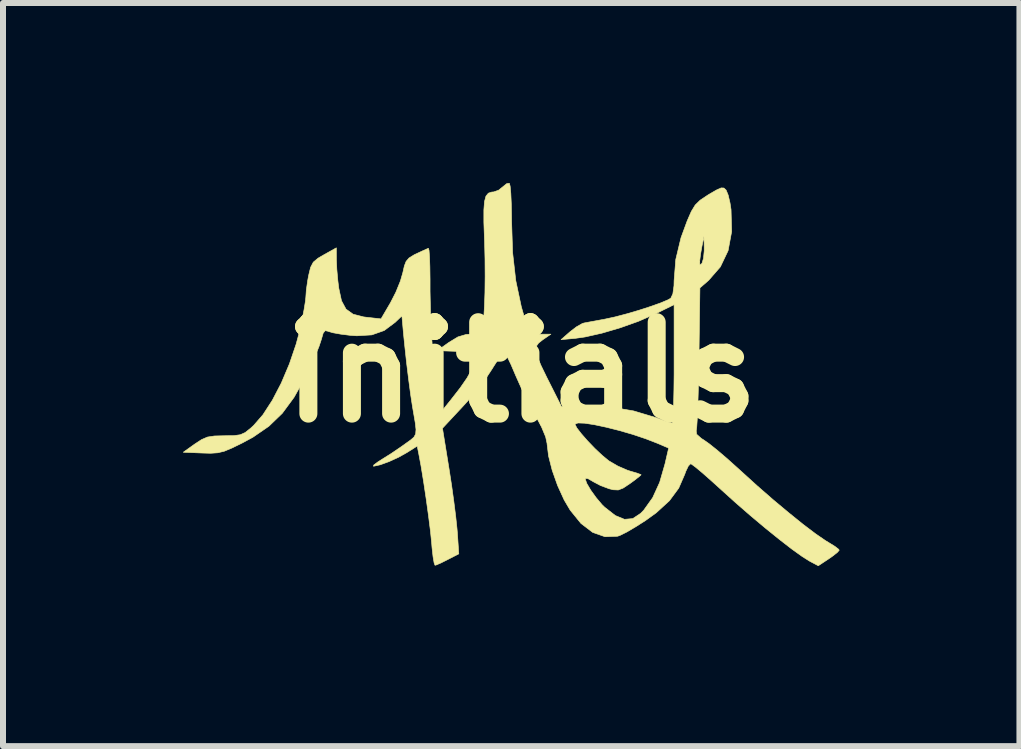
<source format=kicad_pcb>
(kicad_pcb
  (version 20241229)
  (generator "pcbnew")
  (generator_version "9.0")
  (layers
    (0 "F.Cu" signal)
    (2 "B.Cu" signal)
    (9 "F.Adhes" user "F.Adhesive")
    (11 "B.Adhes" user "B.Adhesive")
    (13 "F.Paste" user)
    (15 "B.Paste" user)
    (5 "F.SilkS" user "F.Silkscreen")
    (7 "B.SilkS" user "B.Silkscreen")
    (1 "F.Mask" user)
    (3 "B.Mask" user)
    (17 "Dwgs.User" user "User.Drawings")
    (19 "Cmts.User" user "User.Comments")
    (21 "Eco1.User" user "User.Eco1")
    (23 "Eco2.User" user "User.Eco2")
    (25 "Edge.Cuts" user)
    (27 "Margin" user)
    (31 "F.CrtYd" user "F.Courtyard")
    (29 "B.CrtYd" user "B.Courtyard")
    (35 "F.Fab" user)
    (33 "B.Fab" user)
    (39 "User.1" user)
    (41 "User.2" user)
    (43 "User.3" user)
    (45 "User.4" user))
  (footprint "initials"
    (layer "F.Cu")
    (at 5.646 3.155)
    (property "Reference" "initials" (at 0 0 0) (layer "F.SilkS") (effects (font (size 1.524 1.524) (thickness 0.3))))
    (attr through_hole)
    (fp_poly (pts (xy -0.193 -3.102) (xy -0.182 -2.985) (xy -0.174 -2.815) (xy -0.17 -2.607) (xy -0.169 -2.522) (xy -0.152 -1.996) (xy -0.099 -1.527) (xy -0.007 -1.093) (xy 0.043 -0.919) (xy 0.13 -0.635) (xy 0.486 -0.635) (xy 0.348 -0.54) (xy 0.281 -0.487) (xy 0.242 -0.432) (xy 0.235 -0.361) (xy 0.26 -0.26) (xy 0.32 -0.116) (xy 0.417 0.084) (xy 0.46 0.169) (xy 0.663 0.572) (xy 1.019 0.558) (xy 1.437 0.573) (xy 1.864 0.644) (xy 2.244 0.758) (xy 2.374 0.806) (xy 2.472 0.838) (xy 2.508 0.847) (xy 2.517 0.806) (xy 2.525 0.693) (xy 2.532 0.518) (xy 2.537 0.295) (xy 2.54 0.033) (xy 2.54 -0.14) (xy 2.54 -1.127) (xy 2.212 -0.966) (xy 1.944 -0.849) (xy 1.643 -0.742) (xy 1.337 -0.652) (xy 1.057 -0.589) (xy 0.889 -0.565) (xy 0.656 -0.544) (xy 0.804 -0.674) (xy 0.912 -0.757) (xy 1.009 -0.812) (xy 1.037 -0.821) (xy 1.122 -0.837) (xy 1.259 -0.862) (xy 1.397 -0.888) (xy 1.558 -0.923) (xy 1.751 -0.974) (xy 1.956 -1.034) (xy 2.153 -1.098) (xy 2.321 -1.158) (xy 2.441 -1.209) (xy 2.485 -1.235) (xy 2.519 -1.307) (xy 2.538 -1.442) (xy 2.54 -1.527) (xy 2.565 -1.841) (xy 2.966 -1.841) (xy 2.971 -1.786) (xy 2.998 -1.809) (xy 3.006 -1.82) (xy 3.03 -1.9) (xy 3.042 -2.024) (xy 3.042 -2.074) (xy 3.038 -2.265) (xy 3.003 -2.095) (xy 2.98 -1.965) (xy 2.967 -1.857) (xy 2.966 -1.841) (xy 2.565 -1.841) (xy 2.568 -1.881) (xy 2.655 -2.243) (xy 2.757 -2.521) (xy 2.827 -2.681) (xy 2.892 -2.788) (xy 2.974 -2.868) (xy 3.095 -2.949) (xy 3.117 -2.963) (xy 3.246 -3.038) (xy 3.324 -3.073) (xy 3.37 -3.071) (xy 3.405 -3.038) (xy 3.408 -3.034) (xy 3.441 -2.954) (xy 3.472 -2.822) (xy 3.489 -2.711) (xy 3.499 -2.345) (xy 3.44 -2.027) (xy 3.311 -1.757) (xy 3.117 -1.534) (xy 2.97 -1.406) (xy 2.954 -0.248) (xy 2.949 0.059) (xy 2.942 0.341) (xy 2.934 0.584) (xy 2.926 0.779) (xy 2.917 0.912) (xy 2.909 0.973) (xy 2.908 0.974) (xy 2.915 1.033) (xy 2.994 1.103) (xy 3.037 1.13) (xy 3.125 1.192) (xy 3.259 1.299) (xy 3.422 1.438) (xy 3.598 1.596) (xy 3.662 1.654) (xy 3.923 1.891) (xy 4.19 2.124) (xy 4.45 2.341) (xy 4.69 2.535) (xy 4.899 2.693) (xy 5.065 2.807) (xy 5.118 2.839) (xy 5.22 2.902) (xy 5.283 2.951) (xy 5.292 2.966) (xy 5.259 3.004) (xy 5.177 3.068) (xy 5.117 3.11) (xy 4.943 3.225) (xy 4.796 3.147) (xy 4.674 3.07) (xy 4.501 2.946) (xy 4.292 2.784) (xy 4.057 2.594) (xy 3.809 2.386) (xy 3.561 2.17) (xy 3.325 1.957) (xy 3.323 1.955) (xy 3.157 1.805) (xy 3.012 1.677) (xy 2.898 1.582) (xy 2.829 1.531) (xy 2.815 1.525) (xy 2.778 1.561) (xy 2.734 1.653) (xy 2.718 1.699) (xy 2.617 1.931) (xy 2.462 2.141) (xy 2.241 2.343) (xy 2.065 2.47) (xy 1.902 2.574) (xy 1.753 2.662) (xy 1.638 2.719) (xy 1.598 2.733) (xy 1.388 2.741) (xy 1.183 2.669) (xy 0.987 2.519) (xy 0.807 2.297) (xy 0.708 2.129) (xy 0.598 1.888) (xy 0.508 1.634) (xy 0.447 1.394) (xy 0.423 1.196) (xy 0.423 1.189) (xy 0.399 1.077) (xy 0.332 0.916) (xy 0.307 0.868) (xy 0.889 0.868) (xy 0.918 0.927) (xy 0.993 1.024) (xy 1.099 1.145) (xy 1.22 1.271) (xy 1.34 1.384) (xy 1.443 1.469) (xy 1.455 1.478) (xy 1.603 1.564) (xy 1.76 1.632) (xy 1.812 1.649) (xy 1.919 1.68) (xy 1.983 1.704) (xy 1.99 1.709) (xy 1.958 1.738) (xy 1.878 1.801) (xy 1.805 1.854) (xy 1.691 1.93) (xy 1.609 1.962) (xy 1.525 1.958) (xy 1.456 1.941) (xy 1.314 1.888) (xy 1.187 1.821) (xy 1.175 1.813) (xy 1.098 1.77) (xy 1.059 1.771) (xy 1.058 1.776) (xy 1.084 1.852) (xy 1.151 1.966) (xy 1.242 2.092) (xy 1.339 2.207) (xy 1.382 2.249) (xy 1.56 2.388) (xy 1.713 2.451) (xy 1.851 2.439) (xy 1.982 2.352) (xy 2.034 2.299) (xy 2.183 2.09) (xy 2.299 1.836) (xy 2.388 1.528) (xy 2.449 1.264) (xy 2.265 1.185) (xy 2.069 1.109) (xy 1.852 1.036) (xy 1.627 0.971) (xy 1.409 0.916) (xy 1.212 0.874) (xy 1.05 0.849) (xy 0.938 0.845) (xy 0.89 0.863) (xy 0.889 0.868) (xy 0.307 0.868) (xy 0.229 0.721) (xy 0.227 0.718) (xy 0.114 0.511) (xy -0.002 0.275) (xy -0.099 0.058) (xy -0.11 0.032) (xy -0.177 -0.125) (xy -0.236 -0.248) (xy -0.278 -0.319) (xy -0.288 -0.329) (xy -0.326 -0.301) (xy -0.391 -0.216) (xy -0.472 -0.091) (xy -0.49 -0.061) (xy -0.59 0.091) (xy -0.73 0.275) (xy -0.886 0.464) (xy -0.988 0.576) (xy -1.321 0.933) (xy -1.209 1.624) (xy -1.168 1.89) (xy -1.131 2.158) (xy -1.1 2.404) (xy -1.079 2.603) (xy -1.073 2.671) (xy -1.049 3.027) (xy -1.234 3.122) (xy -1.346 3.178) (xy -1.425 3.212) (xy -1.445 3.217) (xy -1.46 3.178) (xy -1.478 3.074) (xy -1.495 2.923) (xy -1.501 2.847) (xy -1.521 2.65) (xy -1.553 2.397) (xy -1.592 2.114) (xy -1.635 1.827) (xy -1.678 1.563) (xy -1.718 1.349) (xy -1.719 1.345) (xy -1.742 1.23) (xy -1.913 1.338) (xy -2.054 1.417) (xy -2.212 1.489) (xy -2.358 1.542) (xy -2.462 1.565) (xy -2.471 1.566) (xy -2.466 1.546) (xy -2.401 1.497) (xy -2.326 1.449) (xy -2.173 1.353) (xy -2.007 1.24) (xy -1.937 1.19) (xy -1.852 1.129) (xy -1.797 1.082) (xy -1.768 1.029) (xy -1.762 0.954) (xy -1.775 0.839) (xy -1.805 0.664) (xy -1.821 0.572) (xy -1.851 0.375) (xy -1.885 0.12) (xy -1.92 -0.165) (xy -1.951 -0.453) (xy -1.971 -0.65) (xy -1.997 -0.94) (xy -2.11 -0.832) (xy -2.292 -0.696) (xy -2.499 -0.623) (xy -2.749 -0.608) (xy -2.854 -0.615) (xy -3.014 -0.635) (xy -3.148 -0.659) (xy -3.226 -0.682) (xy -3.226 -0.683) (xy -3.275 -0.694) (xy -3.309 -0.653) (xy -3.341 -0.544) (xy -3.342 -0.54) (xy -3.379 -0.429) (xy -3.445 -0.266) (xy -3.531 -0.075) (xy -3.608 0.085) (xy -3.795 0.418) (xy -3.991 0.684) (xy -4.215 0.9) (xy -4.481 1.083) (xy -4.657 1.178) (xy -4.831 1.263) (xy -4.958 1.316) (xy -5.067 1.342) (xy -5.185 1.35) (xy -5.329 1.346) (xy -5.641 1.333) (xy -5.449 1.196) (xy -5.336 1.122) (xy -5.239 1.08) (xy -5.122 1.062) (xy -4.956 1.058) (xy -4.796 1.056) (xy -4.69 1.041) (xy -4.608 1.004) (xy -4.519 0.933) (xy -4.467 0.885) (xy -4.314 0.709) (xy -4.157 0.467) (xy -4.007 0.179) (xy -3.872 -0.14) (xy -3.76 -0.469) (xy -3.709 -0.659) (xy -3.664 -0.861) (xy -3.628 -1.044) (xy -3.605 -1.186) (xy -3.598 -1.255) (xy -3.59 -1.371) (xy -3.568 -1.525) (xy -3.552 -1.613) (xy -3.519 -1.749) (xy -3.474 -1.835) (xy -3.394 -1.902) (xy -3.298 -1.958) (xy -3.09 -2.074) (xy -3.089 -1.873) (xy -3.082 -1.718) (xy -3.065 -1.528) (xy -3.049 -1.4) (xy -3.004 -1.192) (xy -2.929 -1.053) (xy -2.811 -0.968) (xy -2.636 -0.923) (xy -2.58 -0.916) (xy -2.345 -0.89) (xy -2.187 -1.16) (xy -2.098 -1.334) (xy -2.022 -1.521) (xy -1.981 -1.663) (xy -1.956 -1.773) (xy -1.927 -1.848) (xy -1.878 -1.905) (xy -1.791 -1.959) (xy -1.652 -2.024) (xy -1.556 -2.067) (xy -1.545 -2.032) (xy -1.537 -1.925) (xy -1.531 -1.761) (xy -1.528 -1.551) (xy -1.528 -1.348) (xy -1.515 -0.75) (xy -1.469 -0.178) (xy -1.394 0.346) (xy -1.362 0.503) (xy -1.332 0.647) (xy -1.182 0.461) (xy -1.024 0.258) (xy -0.912 0.096) (xy -0.835 -0.043) (xy -0.785 -0.165) (xy -0.725 -0.335) (xy -1.066 -0.348) (xy -1.407 -0.36) (xy -1.215 -0.497) (xy -1.064 -0.589) (xy -0.927 -0.63) (xy -0.836 -0.635) (xy -0.648 -0.635) (xy -0.621 -1.103) (xy -0.613 -1.325) (xy -0.61 -1.599) (xy -0.612 -1.893) (xy -0.619 -2.176) (xy -0.621 -2.224) (xy -0.631 -2.501) (xy -0.631 -2.705) (xy -0.62 -2.847) (xy -0.596 -2.936) (xy -0.556 -2.985) (xy -0.499 -3.004) (xy -0.467 -3.006) (xy -0.385 -3.035) (xy -0.318 -3.089) (xy -0.25 -3.144) (xy -0.206 -3.15) (xy -0.193 -3.102)) (stroke (width 0.01) (type solid)) (fill yes) (layer "F.SilkS")))
  (gr_rect
    (start -3 -3)
    (end 13.942 9.386)
    (stroke (width 0.1) (type default))
    (fill no)
    (layer "Edge.Cuts")))
</source>
